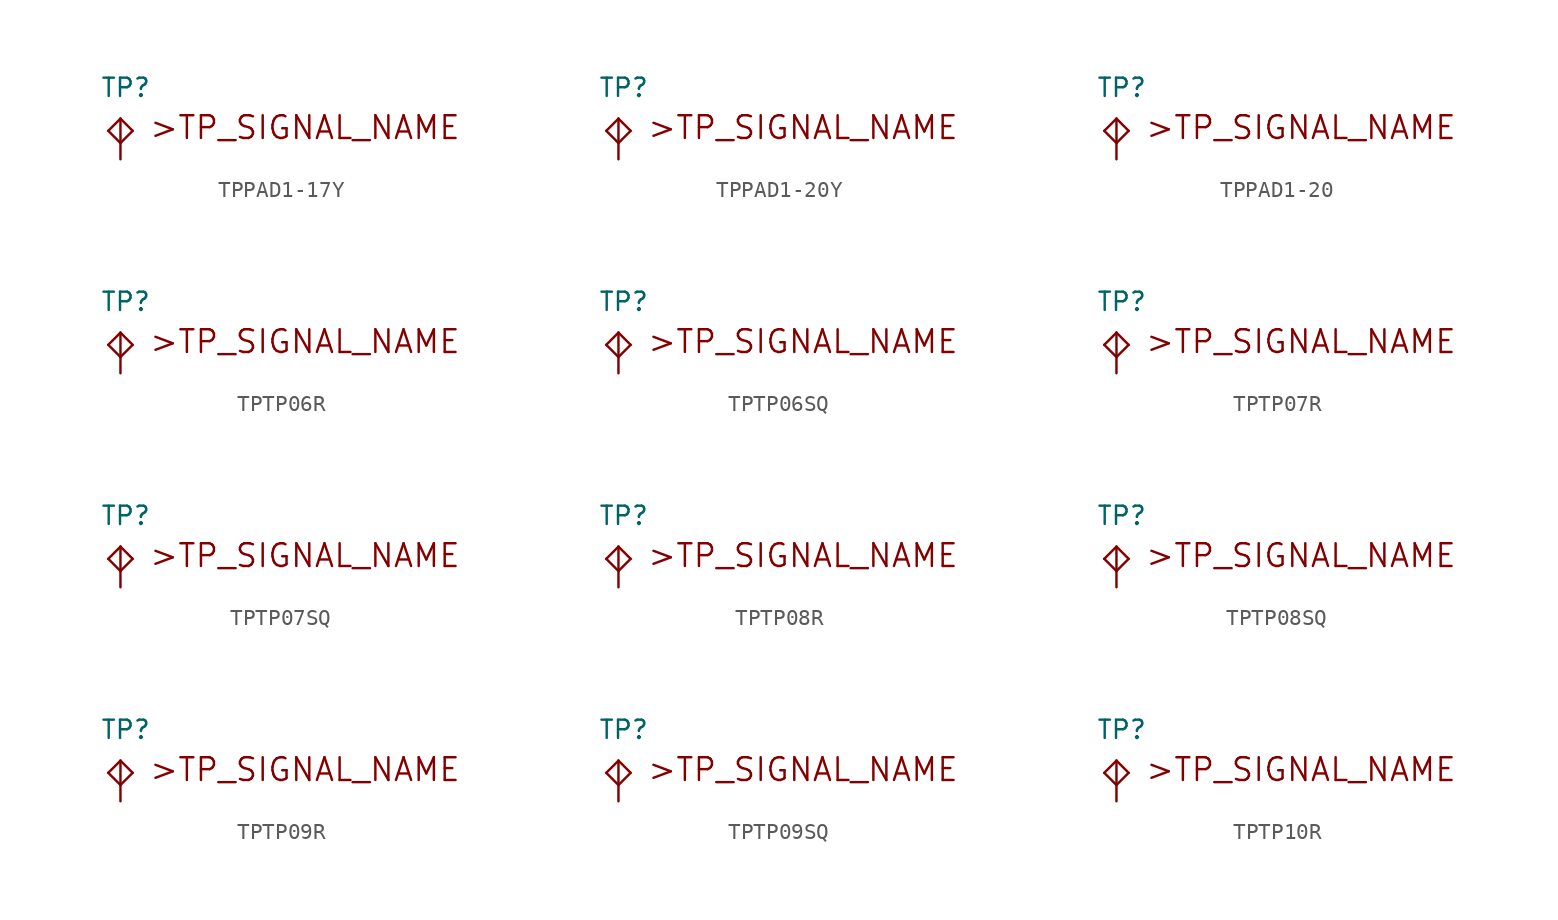
<source format=kicad_sym>
(kicad_symbol_lib
  (version 20211014)
  (generator kicad_symbol_editor)
  (symbol "TPPAD1-17Y"
    (pin_numbers hide)
    (pin_names
      (offset 1.016) hide)
    (property "Reference" "TP"
      (at -1.27 1.27 0)
      (effects (font (size 1.143 1.143)) (justify left bottom)))
    (property "ki_locked" ""
      (at 0 0 0)
      (effects (font (size 1.27 1.27))))
    (symbol "TPPAD1-17Y_1_0"
      (polyline (pts (xy -0.762 -0.762) (xy 0 0)) (stroke (width 0) (type default) (color 0 0 0 0)) (fill (type none)))
      (polyline (pts (xy 0 -1.524) (xy -0.762 -0.762)) (stroke (width 0) (type default) (color 0 0 0 0)) (fill (type none)))
      (polyline (pts (xy 0 0) (xy 0.762 -0.762)) (stroke (width 0) (type default) (color 0 0 0 0)) (fill (type none)))
      (polyline (pts (xy 0.762 -0.762) (xy 0 -1.524)) (stroke (width 0) (type default) (color 0 0 0 0)) (fill (type none)))
      (text ">TP_SIGNAL_NAME" (at 11.532 -0.559 0) (effects (font (size 1.422 1.422)))))
    (symbol "TPPAD1-17Y_1_1"
      (pin input line (at 0 -2.54 90) (length 2.54) (name "TP" (effects (font (size 1.016 1.016)))) (number "TP" (effects (font (size 1.016 1.016)))))))
  (symbol "TPPAD1-20Y"
    (pin_numbers hide)
    (pin_names
      (offset 1.016) hide)
    (property "Reference" "TP"
      (at -1.27 1.27 0)
      (effects (font (size 1.143 1.143)) (justify left bottom)))
    (property "ki_locked" ""
      (at 0 0 0)
      (effects (font (size 1.27 1.27))))
    (symbol "TPPAD1-20Y_1_0"
      (polyline (pts (xy -0.762 -0.762) (xy 0 0)) (stroke (width 0) (type default) (color 0 0 0 0)) (fill (type none)))
      (polyline (pts (xy 0 -1.524) (xy -0.762 -0.762)) (stroke (width 0) (type default) (color 0 0 0 0)) (fill (type none)))
      (polyline (pts (xy 0 0) (xy 0.762 -0.762)) (stroke (width 0) (type default) (color 0 0 0 0)) (fill (type none)))
      (polyline (pts (xy 0.762 -0.762) (xy 0 -1.524)) (stroke (width 0) (type default) (color 0 0 0 0)) (fill (type none)))
      (text ">TP_SIGNAL_NAME" (at 11.532 -0.559 0) (effects (font (size 1.422 1.422)))))
    (symbol "TPPAD1-20Y_1_1"
      (pin input line (at 0 -2.54 90) (length 2.54) (name "TP" (effects (font (size 1.016 1.016)))) (number "TP" (effects (font (size 1.016 1.016)))))))
  (symbol "TPPAD1-20"
    (pin_numbers hide)
    (pin_names
      (offset 1.016) hide)
    (property "Reference" "TP"
      (at -1.27 1.27 0)
      (effects (font (size 1.143 1.143)) (justify left bottom)))
    (property "ki_locked" ""
      (at 0 0 0)
      (effects (font (size 1.27 1.27))))
    (symbol "TPPAD1-20_1_0"
      (polyline (pts (xy -0.762 -0.762) (xy 0 0)) (stroke (width 0) (type default) (color 0 0 0 0)) (fill (type none)))
      (polyline (pts (xy 0 -1.524) (xy -0.762 -0.762)) (stroke (width 0) (type default) (color 0 0 0 0)) (fill (type none)))
      (polyline (pts (xy 0 0) (xy 0.762 -0.762)) (stroke (width 0) (type default) (color 0 0 0 0)) (fill (type none)))
      (polyline (pts (xy 0.762 -0.762) (xy 0 -1.524)) (stroke (width 0) (type default) (color 0 0 0 0)) (fill (type none)))
      (text ">TP_SIGNAL_NAME" (at 11.532 -0.559 0) (effects (font (size 1.422 1.422)))))
    (symbol "TPPAD1-20_1_1"
      (pin input line (at 0 -2.54 90) (length 2.54) (name "TP" (effects (font (size 1.016 1.016)))) (number "TP" (effects (font (size 1.016 1.016)))))))
  (symbol "TPTP06R"
    (pin_numbers hide)
    (pin_names
      (offset 1.016) hide)
    (property "Reference" "TP"
      (at -1.27 1.27 0)
      (effects (font (size 1.143 1.143)) (justify left bottom)))
    (property "ki_locked" ""
      (at 0 0 0)
      (effects (font (size 1.27 1.27))))
    (symbol "TPTP06R_1_0"
      (polyline (pts (xy -0.762 -0.762) (xy 0 0)) (stroke (width 0) (type default) (color 0 0 0 0)) (fill (type none)))
      (polyline (pts (xy 0 -1.524) (xy -0.762 -0.762)) (stroke (width 0) (type default) (color 0 0 0 0)) (fill (type none)))
      (polyline (pts (xy 0 0) (xy 0.762 -0.762)) (stroke (width 0) (type default) (color 0 0 0 0)) (fill (type none)))
      (polyline (pts (xy 0.762 -0.762) (xy 0 -1.524)) (stroke (width 0) (type default) (color 0 0 0 0)) (fill (type none)))
      (text ">TP_SIGNAL_NAME" (at 11.532 -0.559 0) (effects (font (size 1.422 1.422)))))
    (symbol "TPTP06R_1_1"
      (pin input line (at 0 -2.54 90) (length 2.54) (name "TP" (effects (font (size 1.016 1.016)))) (number "TP" (effects (font (size 1.016 1.016)))))))
  (symbol "TPTP06SQ"
    (pin_numbers hide)
    (pin_names
      (offset 1.016) hide)
    (property "Reference" "TP"
      (at -1.27 1.27 0)
      (effects (font (size 1.143 1.143)) (justify left bottom)))
    (property "ki_locked" ""
      (at 0 0 0)
      (effects (font (size 1.27 1.27))))
    (symbol "TPTP06SQ_1_0"
      (polyline (pts (xy -0.762 -0.762) (xy 0 0)) (stroke (width 0) (type default) (color 0 0 0 0)) (fill (type none)))
      (polyline (pts (xy 0 -1.524) (xy -0.762 -0.762)) (stroke (width 0) (type default) (color 0 0 0 0)) (fill (type none)))
      (polyline (pts (xy 0 0) (xy 0.762 -0.762)) (stroke (width 0) (type default) (color 0 0 0 0)) (fill (type none)))
      (polyline (pts (xy 0.762 -0.762) (xy 0 -1.524)) (stroke (width 0) (type default) (color 0 0 0 0)) (fill (type none)))
      (text ">TP_SIGNAL_NAME" (at 11.532 -0.559 0) (effects (font (size 1.422 1.422)))))
    (symbol "TPTP06SQ_1_1"
      (pin input line (at 0 -2.54 90) (length 2.54) (name "TP" (effects (font (size 1.016 1.016)))) (number "TP" (effects (font (size 1.016 1.016)))))))
  (symbol "TPTP07R"
    (pin_numbers hide)
    (pin_names
      (offset 1.016) hide)
    (property "Reference" "TP"
      (at -1.27 1.27 0)
      (effects (font (size 1.143 1.143)) (justify left bottom)))
    (property "ki_locked" ""
      (at 0 0 0)
      (effects (font (size 1.27 1.27))))
    (symbol "TPTP07R_1_0"
      (polyline (pts (xy -0.762 -0.762) (xy 0 0)) (stroke (width 0) (type default) (color 0 0 0 0)) (fill (type none)))
      (polyline (pts (xy 0 -1.524) (xy -0.762 -0.762)) (stroke (width 0) (type default) (color 0 0 0 0)) (fill (type none)))
      (polyline (pts (xy 0 0) (xy 0.762 -0.762)) (stroke (width 0) (type default) (color 0 0 0 0)) (fill (type none)))
      (polyline (pts (xy 0.762 -0.762) (xy 0 -1.524)) (stroke (width 0) (type default) (color 0 0 0 0)) (fill (type none)))
      (text ">TP_SIGNAL_NAME" (at 11.532 -0.559 0) (effects (font (size 1.422 1.422)))))
    (symbol "TPTP07R_1_1"
      (pin input line (at 0 -2.54 90) (length 2.54) (name "TP" (effects (font (size 1.016 1.016)))) (number "TP" (effects (font (size 1.016 1.016)))))))
  (symbol "TPTP07SQ"
    (pin_numbers hide)
    (pin_names
      (offset 1.016) hide)
    (property "Reference" "TP"
      (at -1.27 1.27 0)
      (effects (font (size 1.143 1.143)) (justify left bottom)))
    (property "ki_locked" ""
      (at 0 0 0)
      (effects (font (size 1.27 1.27))))
    (symbol "TPTP07SQ_1_0"
      (polyline (pts (xy -0.762 -0.762) (xy 0 0)) (stroke (width 0) (type default) (color 0 0 0 0)) (fill (type none)))
      (polyline (pts (xy 0 -1.524) (xy -0.762 -0.762)) (stroke (width 0) (type default) (color 0 0 0 0)) (fill (type none)))
      (polyline (pts (xy 0 0) (xy 0.762 -0.762)) (stroke (width 0) (type default) (color 0 0 0 0)) (fill (type none)))
      (polyline (pts (xy 0.762 -0.762) (xy 0 -1.524)) (stroke (width 0) (type default) (color 0 0 0 0)) (fill (type none)))
      (text ">TP_SIGNAL_NAME" (at 11.532 -0.559 0) (effects (font (size 1.422 1.422)))))
    (symbol "TPTP07SQ_1_1"
      (pin input line (at 0 -2.54 90) (length 2.54) (name "TP" (effects (font (size 1.016 1.016)))) (number "TP" (effects (font (size 1.016 1.016)))))))
  (symbol "TPTP08R"
    (pin_numbers hide)
    (pin_names
      (offset 1.016) hide)
    (property "Reference" "TP"
      (at -1.27 1.27 0)
      (effects (font (size 1.143 1.143)) (justify left bottom)))
    (property "ki_locked" ""
      (at 0 0 0)
      (effects (font (size 1.27 1.27))))
    (symbol "TPTP08R_1_0"
      (polyline (pts (xy -0.762 -0.762) (xy 0 0)) (stroke (width 0) (type default) (color 0 0 0 0)) (fill (type none)))
      (polyline (pts (xy 0 -1.524) (xy -0.762 -0.762)) (stroke (width 0) (type default) (color 0 0 0 0)) (fill (type none)))
      (polyline (pts (xy 0 0) (xy 0.762 -0.762)) (stroke (width 0) (type default) (color 0 0 0 0)) (fill (type none)))
      (polyline (pts (xy 0.762 -0.762) (xy 0 -1.524)) (stroke (width 0) (type default) (color 0 0 0 0)) (fill (type none)))
      (text ">TP_SIGNAL_NAME" (at 11.532 -0.559 0) (effects (font (size 1.422 1.422)))))
    (symbol "TPTP08R_1_1"
      (pin input line (at 0 -2.54 90) (length 2.54) (name "TP" (effects (font (size 1.016 1.016)))) (number "TP" (effects (font (size 1.016 1.016)))))))
  (symbol "TPTP08SQ"
    (pin_numbers hide)
    (pin_names
      (offset 1.016) hide)
    (property "Reference" "TP"
      (at -1.27 1.27 0)
      (effects (font (size 1.143 1.143)) (justify left bottom)))
    (property "ki_locked" ""
      (at 0 0 0)
      (effects (font (size 1.27 1.27))))
    (symbol "TPTP08SQ_1_0"
      (polyline (pts (xy -0.762 -0.762) (xy 0 0)) (stroke (width 0) (type default) (color 0 0 0 0)) (fill (type none)))
      (polyline (pts (xy 0 -1.524) (xy -0.762 -0.762)) (stroke (width 0) (type default) (color 0 0 0 0)) (fill (type none)))
      (polyline (pts (xy 0 0) (xy 0.762 -0.762)) (stroke (width 0) (type default) (color 0 0 0 0)) (fill (type none)))
      (polyline (pts (xy 0.762 -0.762) (xy 0 -1.524)) (stroke (width 0) (type default) (color 0 0 0 0)) (fill (type none)))
      (text ">TP_SIGNAL_NAME" (at 11.532 -0.559 0) (effects (font (size 1.422 1.422)))))
    (symbol "TPTP08SQ_1_1"
      (pin input line (at 0 -2.54 90) (length 2.54) (name "TP" (effects (font (size 1.016 1.016)))) (number "TP" (effects (font (size 1.016 1.016)))))))
  (symbol "TPTP09R"
    (pin_numbers hide)
    (pin_names
      (offset 1.016) hide)
    (property "Reference" "TP"
      (at -1.27 1.27 0)
      (effects (font (size 1.143 1.143)) (justify left bottom)))
    (property "ki_locked" ""
      (at 0 0 0)
      (effects (font (size 1.27 1.27))))
    (symbol "TPTP09R_1_0"
      (polyline (pts (xy -0.762 -0.762) (xy 0 0)) (stroke (width 0) (type default) (color 0 0 0 0)) (fill (type none)))
      (polyline (pts (xy 0 -1.524) (xy -0.762 -0.762)) (stroke (width 0) (type default) (color 0 0 0 0)) (fill (type none)))
      (polyline (pts (xy 0 0) (xy 0.762 -0.762)) (stroke (width 0) (type default) (color 0 0 0 0)) (fill (type none)))
      (polyline (pts (xy 0.762 -0.762) (xy 0 -1.524)) (stroke (width 0) (type default) (color 0 0 0 0)) (fill (type none)))
      (text ">TP_SIGNAL_NAME" (at 11.532 -0.559 0) (effects (font (size 1.422 1.422)))))
    (symbol "TPTP09R_1_1"
      (pin input line (at 0 -2.54 90) (length 2.54) (name "TP" (effects (font (size 1.016 1.016)))) (number "TP" (effects (font (size 1.016 1.016)))))))
  (symbol "TPTP09SQ"
    (pin_numbers hide)
    (pin_names
      (offset 1.016) hide)
    (property "Reference" "TP"
      (at -1.27 1.27 0)
      (effects (font (size 1.143 1.143)) (justify left bottom)))
    (property "ki_locked" ""
      (at 0 0 0)
      (effects (font (size 1.27 1.27))))
    (symbol "TPTP09SQ_1_0"
      (polyline (pts (xy -0.762 -0.762) (xy 0 0)) (stroke (width 0) (type default) (color 0 0 0 0)) (fill (type none)))
      (polyline (pts (xy 0 -1.524) (xy -0.762 -0.762)) (stroke (width 0) (type default) (color 0 0 0 0)) (fill (type none)))
      (polyline (pts (xy 0 0) (xy 0.762 -0.762)) (stroke (width 0) (type default) (color 0 0 0 0)) (fill (type none)))
      (polyline (pts (xy 0.762 -0.762) (xy 0 -1.524)) (stroke (width 0) (type default) (color 0 0 0 0)) (fill (type none)))
      (text ">TP_SIGNAL_NAME" (at 11.532 -0.559 0) (effects (font (size 1.422 1.422)))))
    (symbol "TPTP09SQ_1_1"
      (pin input line (at 0 -2.54 90) (length 2.54) (name "TP" (effects (font (size 1.016 1.016)))) (number "TP" (effects (font (size 1.016 1.016)))))))
  (symbol "TPTP10R"
    (pin_numbers hide)
    (pin_names
      (offset 1.016) hide)
    (property "Reference" "TP"
      (at -1.27 1.27 0)
      (effects (font (size 1.143 1.143)) (justify left bottom)))
    (property "ki_locked" ""
      (at 0 0 0)
      (effects (font (size 1.27 1.27))))
    (symbol "TPTP10R_1_0"
      (polyline (pts (xy -0.762 -0.762) (xy 0 0)) (stroke (width 0) (type default) (color 0 0 0 0)) (fill (type none)))
      (polyline (pts (xy 0 -1.524) (xy -0.762 -0.762)) (stroke (width 0) (type default) (color 0 0 0 0)) (fill (type none)))
      (polyline (pts (xy 0 0) (xy 0.762 -0.762)) (stroke (width 0) (type default) (color 0 0 0 0)) (fill (type none)))
      (polyline (pts (xy 0.762 -0.762) (xy 0 -1.524)) (stroke (width 0) (type default) (color 0 0 0 0)) (fill (type none)))
      (text ">TP_SIGNAL_NAME" (at 11.532 -0.559 0) (effects (font (size 1.422 1.422)))))
    (symbol "TPTP10R_1_1"
      (pin input line (at 0 -2.54 90) (length 2.54) (name "TP" (effects (font (size 1.016 1.016)))) (number "TP" (effects (font (size 1.016 1.016))))))))
</source>
